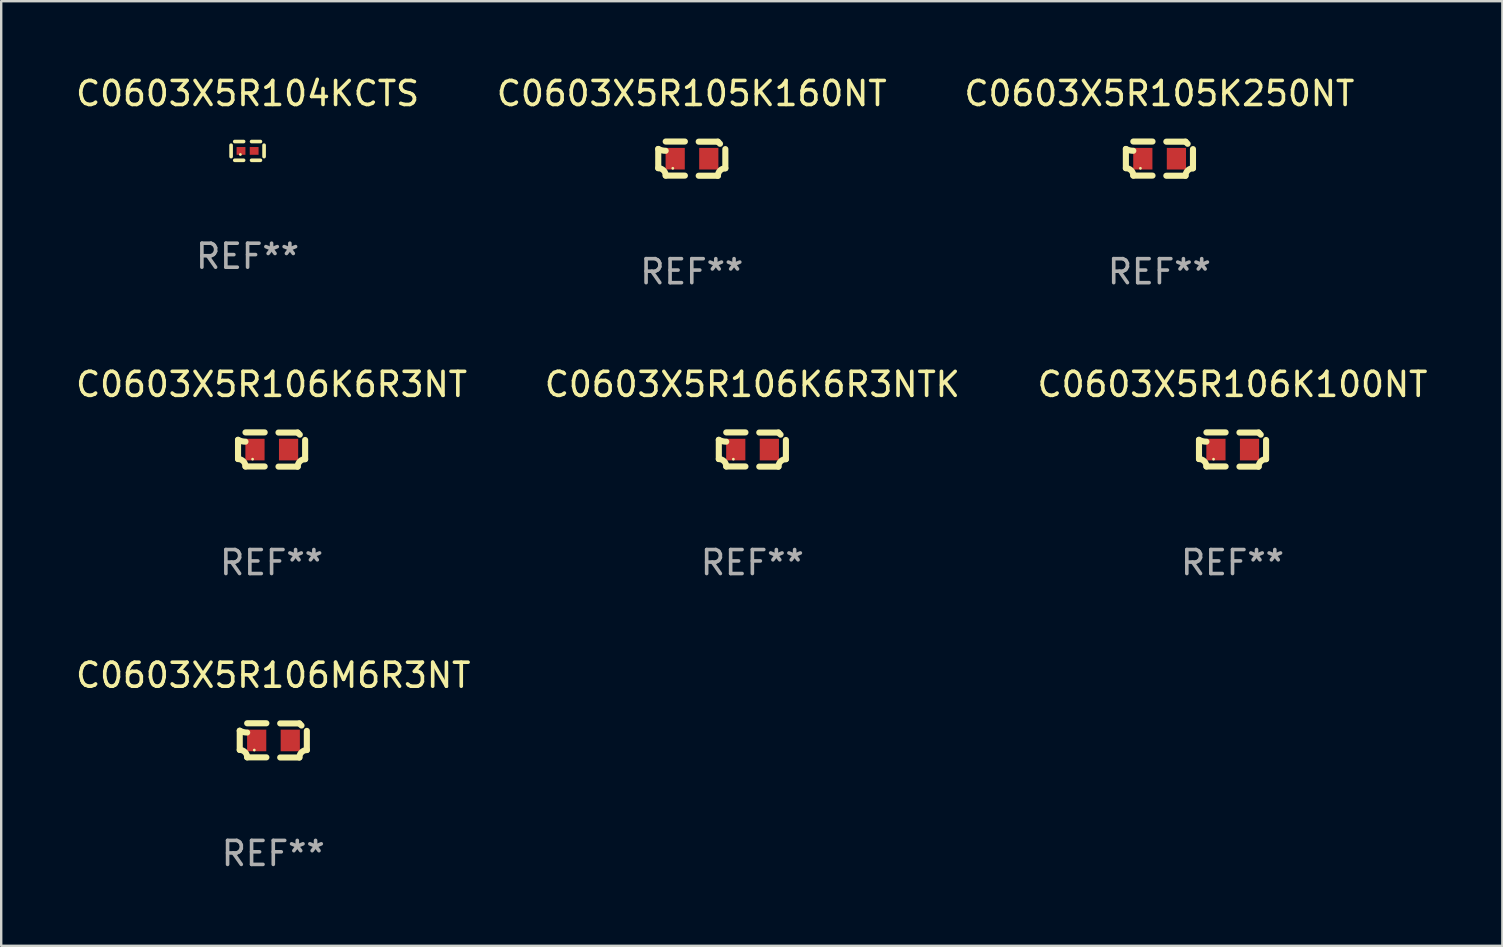
<source format=kicad_pcb>
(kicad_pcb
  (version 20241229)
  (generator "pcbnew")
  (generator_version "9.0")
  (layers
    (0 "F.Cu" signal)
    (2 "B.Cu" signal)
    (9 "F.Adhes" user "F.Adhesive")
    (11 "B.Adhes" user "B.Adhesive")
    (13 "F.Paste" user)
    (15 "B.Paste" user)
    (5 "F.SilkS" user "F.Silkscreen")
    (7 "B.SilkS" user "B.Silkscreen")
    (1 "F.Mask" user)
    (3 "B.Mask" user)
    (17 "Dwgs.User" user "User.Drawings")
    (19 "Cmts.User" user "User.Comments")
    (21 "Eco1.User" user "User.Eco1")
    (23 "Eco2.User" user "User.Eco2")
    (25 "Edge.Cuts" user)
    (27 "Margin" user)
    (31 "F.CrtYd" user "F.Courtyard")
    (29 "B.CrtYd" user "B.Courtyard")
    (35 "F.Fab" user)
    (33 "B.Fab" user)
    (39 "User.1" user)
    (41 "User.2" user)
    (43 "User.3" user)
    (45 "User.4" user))
  (footprint "C0603X5R105K250NT"
    (layer "F.Cu")
    (at 45.268 3.561)
    (property "Reference" "C0603X5R105K250NT" (at 0 -2.713 0) (layer "F.SilkS") (effects (font (size 1 1) (thickness 0.15))))
    (attr through_hole)
    (fp_line (start -1.398 -0.403) (end -1.398 0.397) (stroke (width 0.254) (type solid)) (layer "F.SilkS"))
    (fp_line (start -0.288 -0.713) (end -1.088 -0.713) (stroke (width 0.254) (type solid)) (layer "F.SilkS"))
    (fp_line (start -0.288 0.707) (end -1.088 0.707) (stroke (width 0.254) (type solid)) (layer "F.SilkS"))
    (fp_line (start 0.288 -0.707) (end 1.088 -0.707) (stroke (width 0.254) (type solid)) (layer "F.SilkS"))
    (fp_line (start 0.288 0.713) (end 1.088 0.713) (stroke (width 0.254) (type solid)) (layer "F.SilkS"))
    (fp_line (start 1.398 -0.397) (end 1.398 0.403) (stroke (width 0.254) (type solid)) (layer "F.SilkS"))
    (fp_arc (start -1.397789 0.397066) (mid -1.178701 0.487826) (end -1.08796 0.706922) (stroke (width 0.254001) (type solid)) (layer "F.SilkS"))
    (fp_arc (start -1.08796 -0.327176) (mid -1.247436 -0.346384) (end -1.39779 -0.402908) (stroke (width 0.254001) (type solid)) (layer "F.SilkS"))
    (fp_arc (start 1.087909 0.712738) (mid 1.178656 0.493655) (end 1.397739 0.402908) (stroke (width 0.254001) (type solid)) (layer "F.SilkS"))
    (fp_arc (start 1.175925 -0.618926) (mid 1.131917 -0.662923) (end 1.08791 -0.706922) (stroke (width 0.254001) (type solid)) (layer "F.SilkS"))
    (fp_circle (center -0.792 0.403) (end -0.762 0.403) (stroke (width 0.06) (type solid)) (fill no) (layer "F.SilkS"))
    (fp_text user "REF**" (at 0 4.713 0) (layer "F.Fab") (effects (font (size 1 1) (thickness 0.15))))
    (pad "1" smd rect (at -0.692 0.003) (size 0.8 0.9) (layers "F.Cu" "F.Mask" "F.Paste"))
    (pad "2" smd rect (at 0.708 0.003) (size 0.8 0.9) (layers "F.Cu" "F.Mask" "F.Paste")))
  (footprint "C0603X5R105K160NT"
    (layer "F.Cu")
    (at 25.78 3.561)
    (property "Reference" "C0603X5R105K160NT" (at 0 -2.713 0) (layer "F.SilkS") (effects (font (size 1 1) (thickness 0.15))))
    (attr through_hole)
    (fp_line (start -1.398 -0.403) (end -1.398 0.397) (stroke (width 0.254) (type solid)) (layer "F.SilkS"))
    (fp_line (start -0.288 -0.713) (end -1.088 -0.713) (stroke (width 0.254) (type solid)) (layer "F.SilkS"))
    (fp_line (start -0.288 0.707) (end -1.088 0.707) (stroke (width 0.254) (type solid)) (layer "F.SilkS"))
    (fp_line (start 0.288 -0.707) (end 1.088 -0.707) (stroke (width 0.254) (type solid)) (layer "F.SilkS"))
    (fp_line (start 0.288 0.713) (end 1.088 0.713) (stroke (width 0.254) (type solid)) (layer "F.SilkS"))
    (fp_line (start 1.398 -0.397) (end 1.398 0.403) (stroke (width 0.254) (type solid)) (layer "F.SilkS"))
    (fp_arc (start -1.397789 0.397066) (mid -1.178701 0.487826) (end -1.08796 0.706922) (stroke (width 0.254001) (type solid)) (layer "F.SilkS"))
    (fp_arc (start -1.08796 -0.327176) (mid -1.247436 -0.346384) (end -1.39779 -0.402908) (stroke (width 0.254001) (type solid)) (layer "F.SilkS"))
    (fp_arc (start 1.087909 0.712738) (mid 1.178656 0.493655) (end 1.397739 0.402908) (stroke (width 0.254001) (type solid)) (layer "F.SilkS"))
    (fp_arc (start 1.175925 -0.618926) (mid 1.131917 -0.662923) (end 1.08791 -0.706922) (stroke (width 0.254001) (type solid)) (layer "F.SilkS"))
    (fp_circle (center -0.792 0.403) (end -0.762 0.403) (stroke (width 0.06) (type solid)) (fill no) (layer "F.SilkS"))
    (fp_text user "REF**" (at 0 4.713 0) (layer "F.Fab") (effects (font (size 1 1) (thickness 0.15))))
    (pad "1" smd rect (at -0.692 0.003) (size 0.8 0.9) (layers "F.Cu" "F.Mask" "F.Paste"))
    (pad "2" smd rect (at 0.708 0.003) (size 0.8 0.9) (layers "F.Cu" "F.Mask" "F.Paste")))
  (footprint "C0603X5R104KCTS"
    (layer "F.Cu")
    (at 7.268 3.239)
    (property "Reference" "C0603X5R104KCTS" (at 0 -2.391 0) (layer "F.SilkS") (effects (font (size 1 1) (thickness 0.15))))
    (attr through_hole)
    (fp_line (start -0.687 0.238) (end -0.687 -0.238) (stroke (width 0.152) (type solid)) (layer "F.SilkS"))
    (fp_line (start -0.535 -0.391) (end -0.166 -0.391) (stroke (width 0.152) (type solid)) (layer "F.SilkS"))
    (fp_line (start -0.166 0.391) (end -0.535 0.391) (stroke (width 0.152) (type solid)) (layer "F.SilkS"))
    (fp_line (start 0.166 0.391) (end 0.535 0.391) (stroke (width 0.152) (type solid)) (layer "F.SilkS"))
    (fp_line (start 0.535 -0.391) (end 0.166 -0.391) (stroke (width 0.152) (type solid)) (layer "F.SilkS"))
    (fp_line (start 0.687 0.238) (end 0.687 -0.238) (stroke (width 0.152) (type solid)) (layer "F.SilkS"))
    (fp_circle (center -0.3 0.15) (end -0.27 0.15) (stroke (width 0.06) (type solid)) (fill no) (layer "F.SilkS"))
    (fp_text user "REF**" (at 0 4.391 0) (layer "F.Fab") (effects (font (size 1 1) (thickness 0.15))))
    (pad "1" smd rect (at -0.274 0) (size 0.368 0.324) (layers "F.Cu" "F.Mask" "F.Paste"))
    (pad "2" smd rect (at 0.274 0) (size 0.368 0.324) (layers "F.Cu" "F.Mask" "F.Paste")))
  (footprint "C0603X5R106K6R3NT"
    (layer "F.Cu")
    (at 8.268 15.683)
    (property "Reference" "C0603X5R106K6R3NT" (at 0 -2.713 0) (layer "F.SilkS") (effects (font (size 1 1) (thickness 0.15))))
    (attr through_hole)
    (fp_line (start -1.398 -0.403) (end -1.398 0.397) (stroke (width 0.254) (type solid)) (layer "F.SilkS"))
    (fp_line (start -0.288 -0.713) (end -1.088 -0.713) (stroke (width 0.254) (type solid)) (layer "F.SilkS"))
    (fp_line (start -0.288 0.707) (end -1.088 0.707) (stroke (width 0.254) (type solid)) (layer "F.SilkS"))
    (fp_line (start 0.288 -0.707) (end 1.088 -0.707) (stroke (width 0.254) (type solid)) (layer "F.SilkS"))
    (fp_line (start 0.288 0.713) (end 1.088 0.713) (stroke (width 0.254) (type solid)) (layer "F.SilkS"))
    (fp_line (start 1.398 -0.397) (end 1.398 0.403) (stroke (width 0.254) (type solid)) (layer "F.SilkS"))
    (fp_arc (start -1.397789 0.397066) (mid -1.178701 0.487826) (end -1.08796 0.706922) (stroke (width 0.254001) (type solid)) (layer "F.SilkS"))
    (fp_arc (start -1.08796 -0.327176) (mid -1.247436 -0.346384) (end -1.39779 -0.402908) (stroke (width 0.254001) (type solid)) (layer "F.SilkS"))
    (fp_arc (start 1.087909 0.712738) (mid 1.178656 0.493655) (end 1.397739 0.402908) (stroke (width 0.254001) (type solid)) (layer "F.SilkS"))
    (fp_arc (start 1.175925 -0.618926) (mid 1.131917 -0.662923) (end 1.08791 -0.706922) (stroke (width 0.254001) (type solid)) (layer "F.SilkS"))
    (fp_circle (center -0.792 0.403) (end -0.762 0.403) (stroke (width 0.06) (type solid)) (fill no) (layer "F.SilkS"))
    (fp_text user "REF**" (at 0 4.713 0) (layer "F.Fab") (effects (font (size 1 1) (thickness 0.15))))
    (pad "1" smd rect (at -0.692 0.003) (size 0.8 0.9) (layers "F.Cu" "F.Mask" "F.Paste"))
    (pad "2" smd rect (at 0.708 0.003) (size 0.8 0.9) (layers "F.Cu" "F.Mask" "F.Paste")))
  (footprint "C0603X5R106K6R3NTK"
    (layer "F.Cu")
    (at 28.304 15.683)
    (property "Reference" "C0603X5R106K6R3NTK" (at 0 -2.713 0) (layer "F.SilkS") (effects (font (size 1 1) (thickness 0.15))))
    (attr through_hole)
    (fp_line (start -1.398 -0.403) (end -1.398 0.397) (stroke (width 0.254) (type solid)) (layer "F.SilkS"))
    (fp_line (start -0.288 -0.713) (end -1.088 -0.713) (stroke (width 0.254) (type solid)) (layer "F.SilkS"))
    (fp_line (start -0.288 0.707) (end -1.088 0.707) (stroke (width 0.254) (type solid)) (layer "F.SilkS"))
    (fp_line (start 0.288 -0.707) (end 1.088 -0.707) (stroke (width 0.254) (type solid)) (layer "F.SilkS"))
    (fp_line (start 0.288 0.713) (end 1.088 0.713) (stroke (width 0.254) (type solid)) (layer "F.SilkS"))
    (fp_line (start 1.398 -0.397) (end 1.398 0.403) (stroke (width 0.254) (type solid)) (layer "F.SilkS"))
    (fp_arc (start -1.397789 0.397066) (mid -1.178701 0.487826) (end -1.08796 0.706922) (stroke (width 0.254001) (type solid)) (layer "F.SilkS"))
    (fp_arc (start -1.08796 -0.327176) (mid -1.247436 -0.346384) (end -1.39779 -0.402908) (stroke (width 0.254001) (type solid)) (layer "F.SilkS"))
    (fp_arc (start 1.087909 0.712738) (mid 1.178656 0.493655) (end 1.397739 0.402908) (stroke (width 0.254001) (type solid)) (layer "F.SilkS"))
    (fp_arc (start 1.175925 -0.618926) (mid 1.131917 -0.662923) (end 1.08791 -0.706922) (stroke (width 0.254001) (type solid)) (layer "F.SilkS"))
    (fp_circle (center -0.792 0.403) (end -0.762 0.403) (stroke (width 0.06) (type solid)) (fill no) (layer "F.SilkS"))
    (fp_text user "REF**" (at 0 4.713 0) (layer "F.Fab") (effects (font (size 1 1) (thickness 0.15))))
    (pad "1" smd rect (at -0.692 0.003) (size 0.8 0.9) (layers "F.Cu" "F.Mask" "F.Paste"))
    (pad "2" smd rect (at 0.708 0.003) (size 0.8 0.9) (layers "F.Cu" "F.Mask" "F.Paste")))
  (footprint "C0603X5R106K100NT"
    (layer "F.Cu")
    (at 48.315 15.683)
    (property "Reference" "C0603X5R106K100NT" (at 0 -2.713 0) (layer "F.SilkS") (effects (font (size 1 1) (thickness 0.15))))
    (attr through_hole)
    (fp_line (start -1.398 -0.403) (end -1.398 0.397) (stroke (width 0.254) (type solid)) (layer "F.SilkS"))
    (fp_line (start -0.288 -0.713) (end -1.088 -0.713) (stroke (width 0.254) (type solid)) (layer "F.SilkS"))
    (fp_line (start -0.288 0.707) (end -1.088 0.707) (stroke (width 0.254) (type solid)) (layer "F.SilkS"))
    (fp_line (start 0.288 -0.707) (end 1.088 -0.707) (stroke (width 0.254) (type solid)) (layer "F.SilkS"))
    (fp_line (start 0.288 0.713) (end 1.088 0.713) (stroke (width 0.254) (type solid)) (layer "F.SilkS"))
    (fp_line (start 1.398 -0.397) (end 1.398 0.403) (stroke (width 0.254) (type solid)) (layer "F.SilkS"))
    (fp_arc (start -1.397789 0.397066) (mid -1.178701 0.487826) (end -1.08796 0.706922) (stroke (width 0.254001) (type solid)) (layer "F.SilkS"))
    (fp_arc (start -1.08796 -0.327176) (mid -1.247436 -0.346384) (end -1.39779 -0.402908) (stroke (width 0.254001) (type solid)) (layer "F.SilkS"))
    (fp_arc (start 1.087909 0.712738) (mid 1.178656 0.493655) (end 1.397739 0.402908) (stroke (width 0.254001) (type solid)) (layer "F.SilkS"))
    (fp_arc (start 1.175925 -0.618926) (mid 1.131917 -0.662923) (end 1.08791 -0.706922) (stroke (width 0.254001) (type solid)) (layer "F.SilkS"))
    (fp_circle (center -0.792 0.403) (end -0.762 0.403) (stroke (width 0.06) (type solid)) (fill no) (layer "F.SilkS"))
    (fp_text user "REF**" (at 0 4.713 0) (layer "F.Fab") (effects (font (size 1 1) (thickness 0.15))))
    (pad "1" smd rect (at -0.692 0.003) (size 0.8 0.9) (layers "F.Cu" "F.Mask" "F.Paste"))
    (pad "2" smd rect (at 0.708 0.003) (size 0.8 0.9) (layers "F.Cu" "F.Mask" "F.Paste")))
  (footprint "C0603X5R106M6R3NT"
    (layer "F.Cu")
    (at 8.339 27.805)
    (property "Reference" "C0603X5R106M6R3NT" (at 0 -2.713 0) (layer "F.SilkS") (effects (font (size 1 1) (thickness 0.15))))
    (attr through_hole)
    (fp_line (start -1.398 -0.403) (end -1.398 0.397) (stroke (width 0.254) (type solid)) (layer "F.SilkS"))
    (fp_line (start -0.288 -0.713) (end -1.088 -0.713) (stroke (width 0.254) (type solid)) (layer "F.SilkS"))
    (fp_line (start -0.288 0.707) (end -1.088 0.707) (stroke (width 0.254) (type solid)) (layer "F.SilkS"))
    (fp_line (start 0.288 -0.707) (end 1.088 -0.707) (stroke (width 0.254) (type solid)) (layer "F.SilkS"))
    (fp_line (start 0.288 0.713) (end 1.088 0.713) (stroke (width 0.254) (type solid)) (layer "F.SilkS"))
    (fp_line (start 1.398 -0.397) (end 1.398 0.403) (stroke (width 0.254) (type solid)) (layer "F.SilkS"))
    (fp_arc (start -1.397789 0.397066) (mid -1.178701 0.487826) (end -1.08796 0.706922) (stroke (width 0.254001) (type solid)) (layer "F.SilkS"))
    (fp_arc (start -1.08796 -0.327176) (mid -1.247436 -0.346384) (end -1.39779 -0.402908) (stroke (width 0.254001) (type solid)) (layer "F.SilkS"))
    (fp_arc (start 1.087909 0.712738) (mid 1.178656 0.493655) (end 1.397739 0.402908) (stroke (width 0.254001) (type solid)) (layer "F.SilkS"))
    (fp_arc (start 1.175925 -0.618926) (mid 1.131917 -0.662923) (end 1.08791 -0.706922) (stroke (width 0.254001) (type solid)) (layer "F.SilkS"))
    (fp_circle (center -0.792 0.403) (end -0.762 0.403) (stroke (width 0.06) (type solid)) (fill no) (layer "F.SilkS"))
    (fp_text user "REF**" (at 0 4.713 0) (layer "F.Fab") (effects (font (size 1 1) (thickness 0.15))))
    (pad "1" smd rect (at -0.692 0.003) (size 0.8 0.9) (layers "F.Cu" "F.Mask" "F.Paste"))
    (pad "2" smd rect (at 0.708 0.003) (size 0.8 0.9) (layers "F.Cu" "F.Mask" "F.Paste")))
  (gr_rect
    (start -3 -3)
    (end 59.56 36.366)
    (stroke (width 0.1) (type default))
    (fill no)
    (layer "Edge.Cuts")))
</source>
